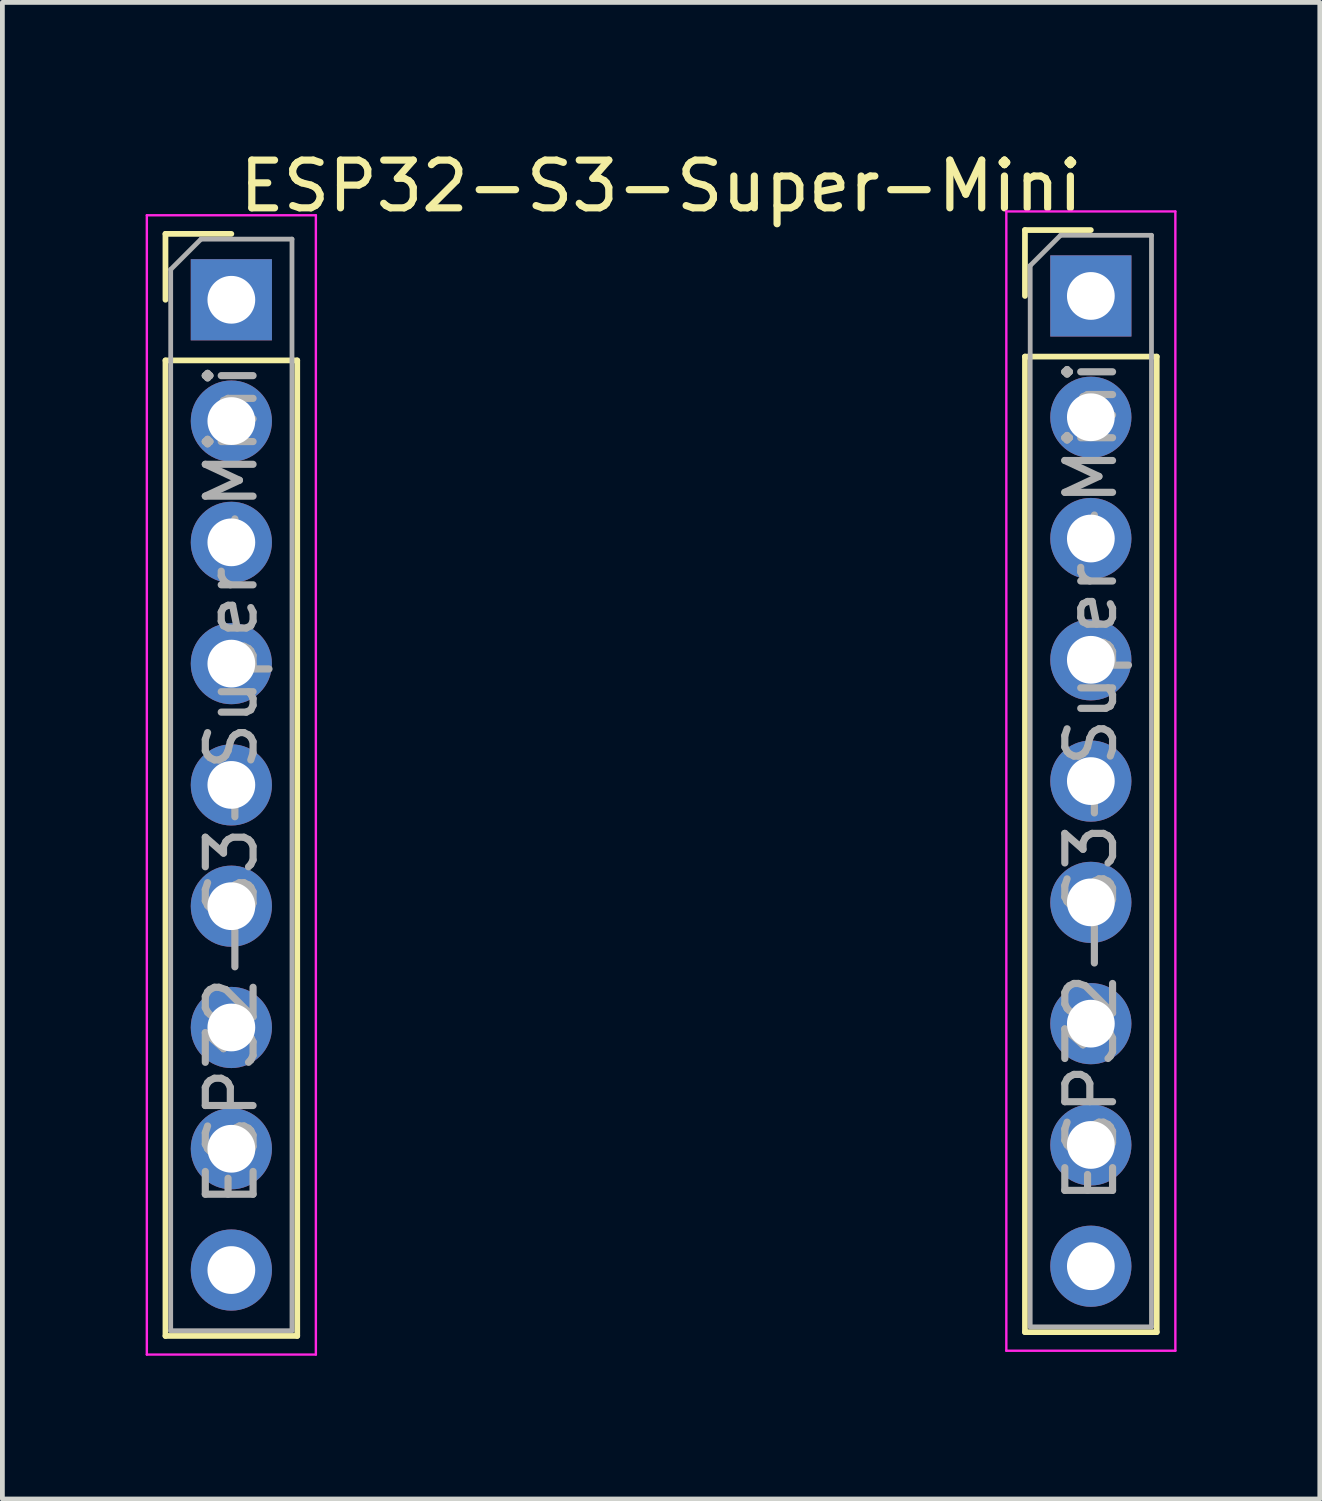
<source format=kicad_pcb>
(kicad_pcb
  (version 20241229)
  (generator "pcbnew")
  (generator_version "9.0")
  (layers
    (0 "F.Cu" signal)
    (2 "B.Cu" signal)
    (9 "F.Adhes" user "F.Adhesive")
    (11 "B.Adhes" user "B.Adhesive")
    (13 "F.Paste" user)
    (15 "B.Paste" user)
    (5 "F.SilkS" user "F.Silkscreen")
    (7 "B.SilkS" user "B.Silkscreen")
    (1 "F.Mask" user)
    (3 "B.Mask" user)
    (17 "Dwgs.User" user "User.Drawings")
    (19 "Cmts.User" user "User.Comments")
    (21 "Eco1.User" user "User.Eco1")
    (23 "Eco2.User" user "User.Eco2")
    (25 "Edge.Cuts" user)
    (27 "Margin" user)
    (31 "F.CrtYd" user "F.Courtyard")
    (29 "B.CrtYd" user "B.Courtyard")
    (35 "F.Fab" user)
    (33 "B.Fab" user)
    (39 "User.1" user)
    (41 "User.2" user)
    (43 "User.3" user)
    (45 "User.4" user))
  (footprint "ESP32-S3-Super-Mini"
    (layer "F.Cu")
    (at 10.795 3.228)
    (property "Reference" "ESP32-S3-Super-Mini" (at 0 -2.38 0) (layer "F.SilkS") (effects (font (size 1 1) (thickness 0.15))))
    (attr through_hole)
    (fp_line (start -10.38 -1.38) (end -9 -1.38) (stroke (width 0.12) (type solid)) (layer "F.SilkS"))
    (fp_line (start -10.38 0) (end -10.38 -1.38) (stroke (width 0.12) (type solid)) (layer "F.SilkS"))
    (fp_line (start -10.38 1.27) (end -10.38 21.7) (stroke (width 0.12) (type solid)) (layer "F.SilkS"))
    (fp_line (start -10.38 1.27) (end -7.62 1.27) (stroke (width 0.12) (type solid)) (layer "F.SilkS"))
    (fp_line (start -10.38 21.7) (end -7.62 21.7) (stroke (width 0.12) (type solid)) (layer "F.SilkS"))
    (fp_line (start -7.62 1.27) (end -7.62 21.7) (stroke (width 0.12) (type solid)) (layer "F.SilkS"))
    (fp_line (start 7.62 -1.46) (end 9 -1.46) (stroke (width 0.12) (type solid)) (layer "F.SilkS"))
    (fp_line (start 7.62 -0.08) (end 7.62 -1.46) (stroke (width 0.12) (type solid)) (layer "F.SilkS"))
    (fp_line (start 7.62 1.19) (end 7.62 21.62) (stroke (width 0.12) (type solid)) (layer "F.SilkS"))
    (fp_line (start 7.62 1.19) (end 10.38 1.19) (stroke (width 0.12) (type solid)) (layer "F.SilkS"))
    (fp_line (start 7.62 21.62) (end 10.38 21.62) (stroke (width 0.12) (type solid)) (layer "F.SilkS"))
    (fp_line (start 10.38 1.19) (end 10.38 21.62) (stroke (width 0.12) (type solid)) (layer "F.SilkS"))
    (fp_line (start -10.77 -1.77) (end -10.77 22.09) (stroke (width 0.05) (type solid)) (layer "F.CrtYd"))
    (fp_line (start -10.77 22.09) (end -7.23 22.09) (stroke (width 0.05) (type solid)) (layer "F.CrtYd"))
    (fp_line (start -7.23 -1.77) (end -10.77 -1.77) (stroke (width 0.05) (type solid)) (layer "F.CrtYd"))
    (fp_line (start -7.23 22.09) (end -7.23 -1.77) (stroke (width 0.05) (type solid)) (layer "F.CrtYd"))
    (fp_line (start 7.23 -1.85) (end 7.23 22.01) (stroke (width 0.05) (type solid)) (layer "F.CrtYd"))
    (fp_line (start 7.23 22.01) (end 10.77 22.01) (stroke (width 0.05) (type solid)) (layer "F.CrtYd"))
    (fp_line (start 10.77 -1.85) (end 7.23 -1.85) (stroke (width 0.05) (type solid)) (layer "F.CrtYd"))
    (fp_line (start 10.77 22.01) (end 10.77 -1.85) (stroke (width 0.05) (type solid)) (layer "F.CrtYd"))
    (fp_line (start -10.27 -0.635) (end -9.635 -1.27) (stroke (width 0.1) (type solid)) (layer "F.Fab"))
    (fp_line (start -10.27 21.59) (end -10.27 -0.635) (stroke (width 0.1) (type solid)) (layer "F.Fab"))
    (fp_line (start -9.635 -1.27) (end -7.73 -1.27) (stroke (width 0.1) (type solid)) (layer "F.Fab"))
    (fp_line (start -7.73 -1.27) (end -7.73 21.59) (stroke (width 0.1) (type solid)) (layer "F.Fab"))
    (fp_line (start -7.73 21.59) (end -10.27 21.59) (stroke (width 0.1) (type solid)) (layer "F.Fab"))
    (fp_line (start 7.73 -0.715) (end 8.365 -1.35) (stroke (width 0.1) (type solid)) (layer "F.Fab"))
    (fp_line (start 7.73 21.51) (end 7.73 -0.715) (stroke (width 0.1) (type solid)) (layer "F.Fab"))
    (fp_line (start 8.365 -1.35) (end 10.27 -1.35) (stroke (width 0.1) (type solid)) (layer "F.Fab"))
    (fp_line (start 10.27 -1.35) (end 10.27 21.51) (stroke (width 0.1) (type solid)) (layer "F.Fab"))
    (fp_line (start 10.27 21.51) (end 7.73 21.51) (stroke (width 0.1) (type solid)) (layer "F.Fab"))
    (fp_text user "${REFERENCE}" (at -9 10.16 90) (layer "F.Fab") (effects (font (size 1 1) (thickness 0.15))))
    (fp_text user "${REFERENCE}" (at 9 10.08 90) (layer "F.Fab") (effects (font (size 1 1) (thickness 0.15))))
    (pad "1" thru_hole rect (at -9 0) (size 1.7 1.7) (drill 1) (layers "*.Cu" "*.Mask"))
    (pad "2" thru_hole circle (at -9 2.54) (size 1.7 1.7) (drill 1) (layers "*.Cu" "*.Mask"))
    (pad "3" thru_hole circle (at -9 5.08) (size 1.7 1.7) (drill 1) (layers "*.Cu" "*.Mask"))
    (pad "4" thru_hole circle (at -9 7.62) (size 1.7 1.7) (drill 1) (layers "*.Cu" "*.Mask"))
    (pad "5" thru_hole circle (at -9 10.16) (size 1.7 1.7) (drill 1) (layers "*.Cu" "*.Mask"))
    (pad "6" thru_hole circle (at -9 12.7) (size 1.7 1.7) (drill 1) (layers "*.Cu" "*.Mask"))
    (pad "7" thru_hole circle (at -9 15.24) (size 1.7 1.7) (drill 1) (layers "*.Cu" "*.Mask"))
    (pad "8" thru_hole circle (at -9 17.78) (size 1.7 1.7) (drill 1) (layers "*.Cu" "*.Mask"))
    (pad "9" thru_hole circle (at -9 20.32) (size 1.7 1.7) (drill 1) (layers "*.Cu" "*.Mask"))
    (pad "10" thru_hole circle (at 9 20.24) (size 1.7 1.7) (drill 1) (layers "*.Cu" "*.Mask"))
    (pad "11" thru_hole circle (at 9 17.7) (size 1.7 1.7) (drill 1) (layers "*.Cu" "*.Mask"))
    (pad "12" thru_hole circle (at 9 15.16) (size 1.7 1.7) (drill 1) (layers "*.Cu" "*.Mask"))
    (pad "13" thru_hole circle (at 9 12.62) (size 1.7 1.7) (drill 1) (layers "*.Cu" "*.Mask"))
    (pad "14" thru_hole circle (at 9 10.08) (size 1.7 1.7) (drill 1) (layers "*.Cu" "*.Mask"))
    (pad "15" thru_hole circle (at 9 7.54) (size 1.7 1.7) (drill 1) (layers "*.Cu" "*.Mask"))
    (pad "16" thru_hole circle (at 9 5) (size 1.7 1.7) (drill 1) (layers "*.Cu" "*.Mask"))
    (pad "17" thru_hole circle (at 9 2.46) (size 1.7 1.7) (drill 1) (layers "*.Cu" "*.Mask"))
    (pad "18" thru_hole rect (at 9 -0.08) (size 1.7 1.7) (drill 1) (layers "*.Cu" "*.Mask")))
  (gr_rect
    (start -3 -3)
    (end 24.59 28.343)
    (stroke (width 0.1) (type default))
    (fill no)
    (layer "Edge.Cuts")))
</source>
